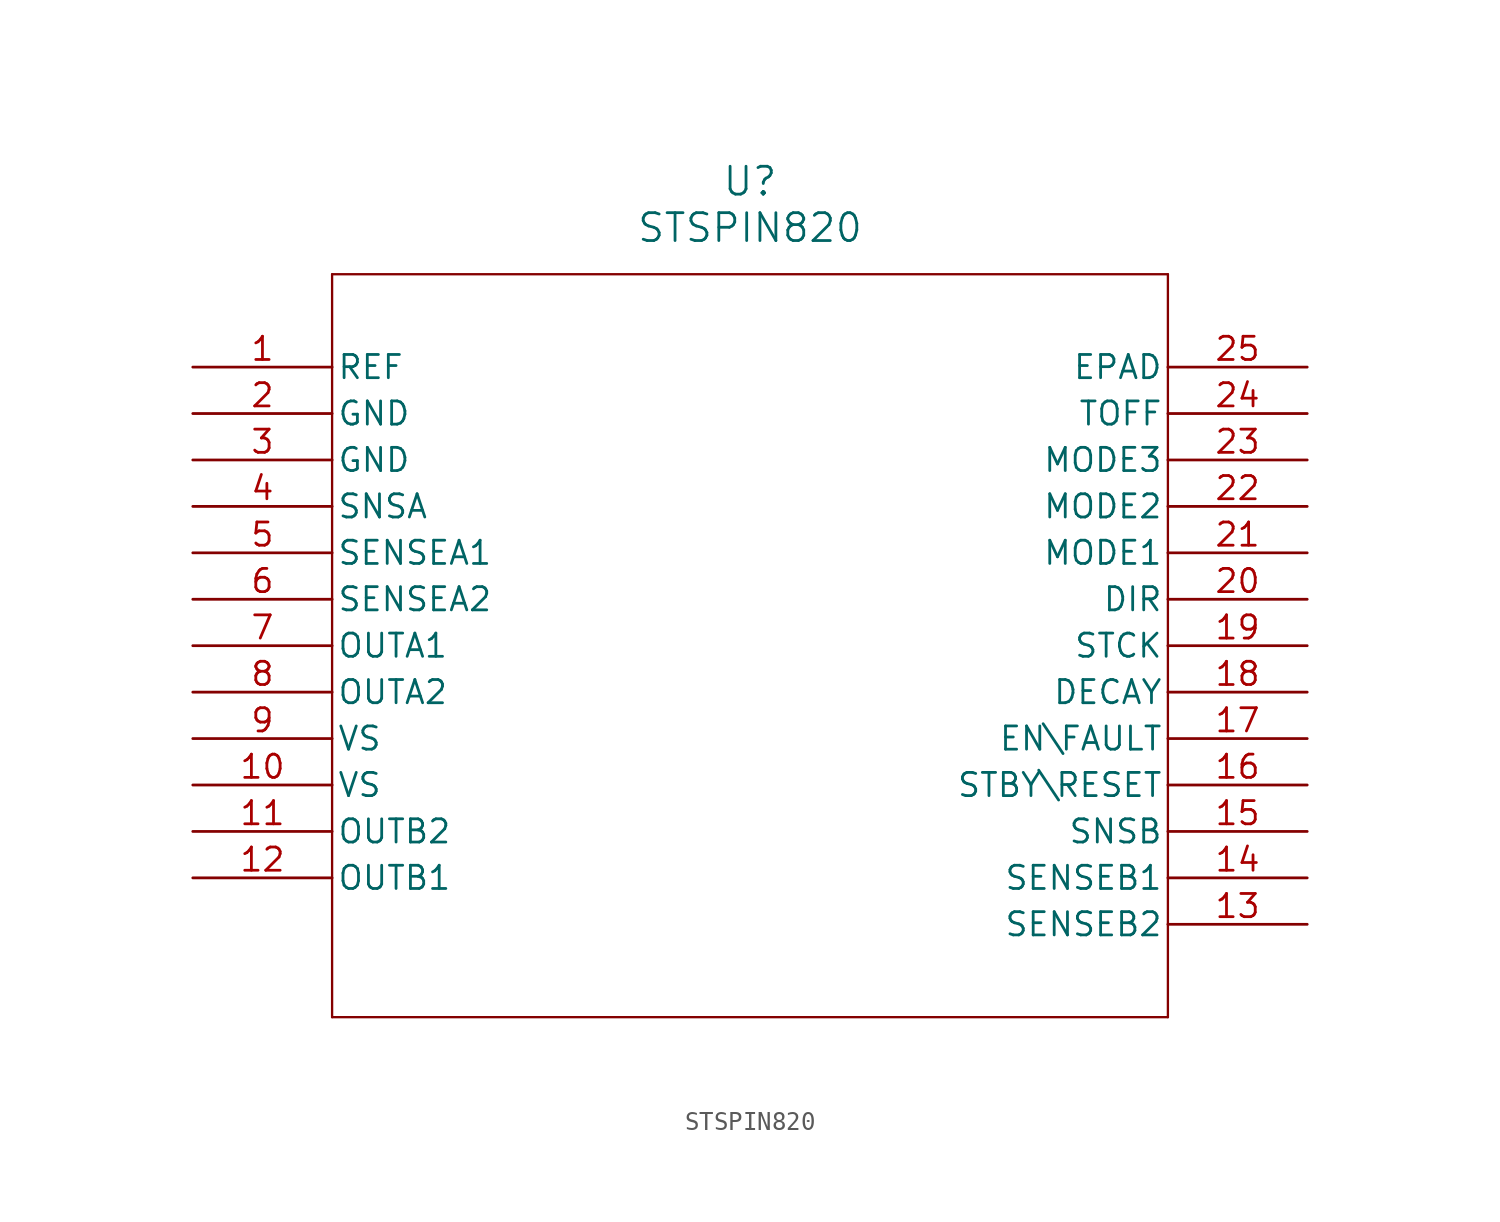
<source format=kicad_sym>
(kicad_symbol_lib
  (version 20220914)
  (generator kicad_symbol_editor)
  (symbol "STSPIN820"
    (pin_names
      (offset 0.254))
    (property "Reference" "U"
      (at 30.48 10.16 0)
      (effects (font (size 1.524 1.524))))
    (property "Value" "STSPIN820"
      (at 30.48 7.62 0)
      (effects (font (size 1.524 1.524))))
    (symbol "STSPIN820_0_1"
      (polyline (pts (xy 7.62 -35.56) (xy 53.34 -35.56)) (stroke (width 0.127) (type default)) (fill (type none)))
      (polyline (pts (xy 7.62 5.08) (xy 7.62 -35.56)) (stroke (width 0.127) (type default)) (fill (type none)))
      (polyline (pts (xy 53.34 -35.56) (xy 53.34 5.08)) (stroke (width 0.127) (type default)) (fill (type none)))
      (polyline (pts (xy 53.34 5.08) (xy 7.62 5.08)) (stroke (width 0.127) (type default)) (fill (type none)))
      (pin unspecified line (at 0 0 0) (length 7.62) (name "REF" (effects (font (size 1.27 1.27)))) (number "1" (effects (font (size 1.27 1.27)))))
      (pin unspecified line (at 0 -22.86 0) (length 7.62) (name "VS" (effects (font (size 1.27 1.27)))) (number "10" (effects (font (size 1.27 1.27)))))
      (pin output line (at 0 -25.4 0) (length 7.62) (name "OUTB2" (effects (font (size 1.27 1.27)))) (number "11" (effects (font (size 1.27 1.27)))))
      (pin output line (at 0 -27.94 0) (length 7.62) (name "OUTB1" (effects (font (size 1.27 1.27)))) (number "12" (effects (font (size 1.27 1.27)))))
      (pin bidirectional line (at 60.96 -30.48 180) (length 7.62) (name "SENSEB2" (effects (font (size 1.27 1.27)))) (number "13" (effects (font (size 1.27 1.27)))))
      (pin bidirectional line (at 60.96 -27.94 180) (length 7.62) (name "SENSEB1" (effects (font (size 1.27 1.27)))) (number "14" (effects (font (size 1.27 1.27)))))
      (pin unspecified line (at 60.96 -25.4 180) (length 7.62) (name "SNSB" (effects (font (size 1.27 1.27)))) (number "15" (effects (font (size 1.27 1.27)))))
      (pin unspecified line (at 60.96 -22.86 180) (length 7.62) (name "STBY\\RESET" (effects (font (size 1.27 1.27)))) (number "16" (effects (font (size 1.27 1.27)))))
      (pin unspecified line (at 60.96 -20.32 180) (length 7.62) (name "EN\\FAULT" (effects (font (size 1.27 1.27)))) (number "17" (effects (font (size 1.27 1.27)))))
      (pin unspecified line (at 60.96 -17.78 180) (length 7.62) (name "DECAY" (effects (font (size 1.27 1.27)))) (number "18" (effects (font (size 1.27 1.27)))))
      (pin unspecified line (at 60.96 -15.24 180) (length 7.62) (name "STCK" (effects (font (size 1.27 1.27)))) (number "19" (effects (font (size 1.27 1.27)))))
      (pin power_out line (at 0 -2.54 0) (length 7.62) (name "GND" (effects (font (size 1.27 1.27)))) (number "2" (effects (font (size 1.27 1.27)))))
      (pin unspecified line (at 60.96 -12.7 180) (length 7.62) (name "DIR" (effects (font (size 1.27 1.27)))) (number "20" (effects (font (size 1.27 1.27)))))
      (pin bidirectional line (at 60.96 -10.16 180) (length 7.62) (name "MODE1" (effects (font (size 1.27 1.27)))) (number "21" (effects (font (size 1.27 1.27)))))
      (pin bidirectional line (at 60.96 -7.62 180) (length 7.62) (name "MODE2" (effects (font (size 1.27 1.27)))) (number "22" (effects (font (size 1.27 1.27)))))
      (pin bidirectional line (at 60.96 -5.08 180) (length 7.62) (name "MODE3" (effects (font (size 1.27 1.27)))) (number "23" (effects (font (size 1.27 1.27)))))
      (pin unspecified line (at 60.96 -2.54 180) (length 7.62) (name "TOFF" (effects (font (size 1.27 1.27)))) (number "24" (effects (font (size 1.27 1.27)))))
      (pin unspecified line (at 60.96 0 180) (length 7.62) (name "EPAD" (effects (font (size 1.27 1.27)))) (number "25" (effects (font (size 1.27 1.27)))))
      (pin power_out line (at 0 -5.08 0) (length 7.62) (name "GND" (effects (font (size 1.27 1.27)))) (number "3" (effects (font (size 1.27 1.27)))))
      (pin unspecified line (at 0 -7.62 0) (length 7.62) (name "SNSA" (effects (font (size 1.27 1.27)))) (number "4" (effects (font (size 1.27 1.27)))))
      (pin bidirectional line (at 0 -10.16 0) (length 7.62) (name "SENSEA1" (effects (font (size 1.27 1.27)))) (number "5" (effects (font (size 1.27 1.27)))))
      (pin bidirectional line (at 0 -12.7 0) (length 7.62) (name "SENSEA2" (effects (font (size 1.27 1.27)))) (number "6" (effects (font (size 1.27 1.27)))))
      (pin output line (at 0 -15.24 0) (length 7.62) (name "OUTA1" (effects (font (size 1.27 1.27)))) (number "7" (effects (font (size 1.27 1.27)))))
      (pin output line (at 0 -17.78 0) (length 7.62) (name "OUTA2" (effects (font (size 1.27 1.27)))) (number "8" (effects (font (size 1.27 1.27)))))
      (pin unspecified line (at 0 -20.32 0) (length 7.62) (name "VS" (effects (font (size 1.27 1.27)))) (number "9" (effects (font (size 1.27 1.27))))))))
</source>
